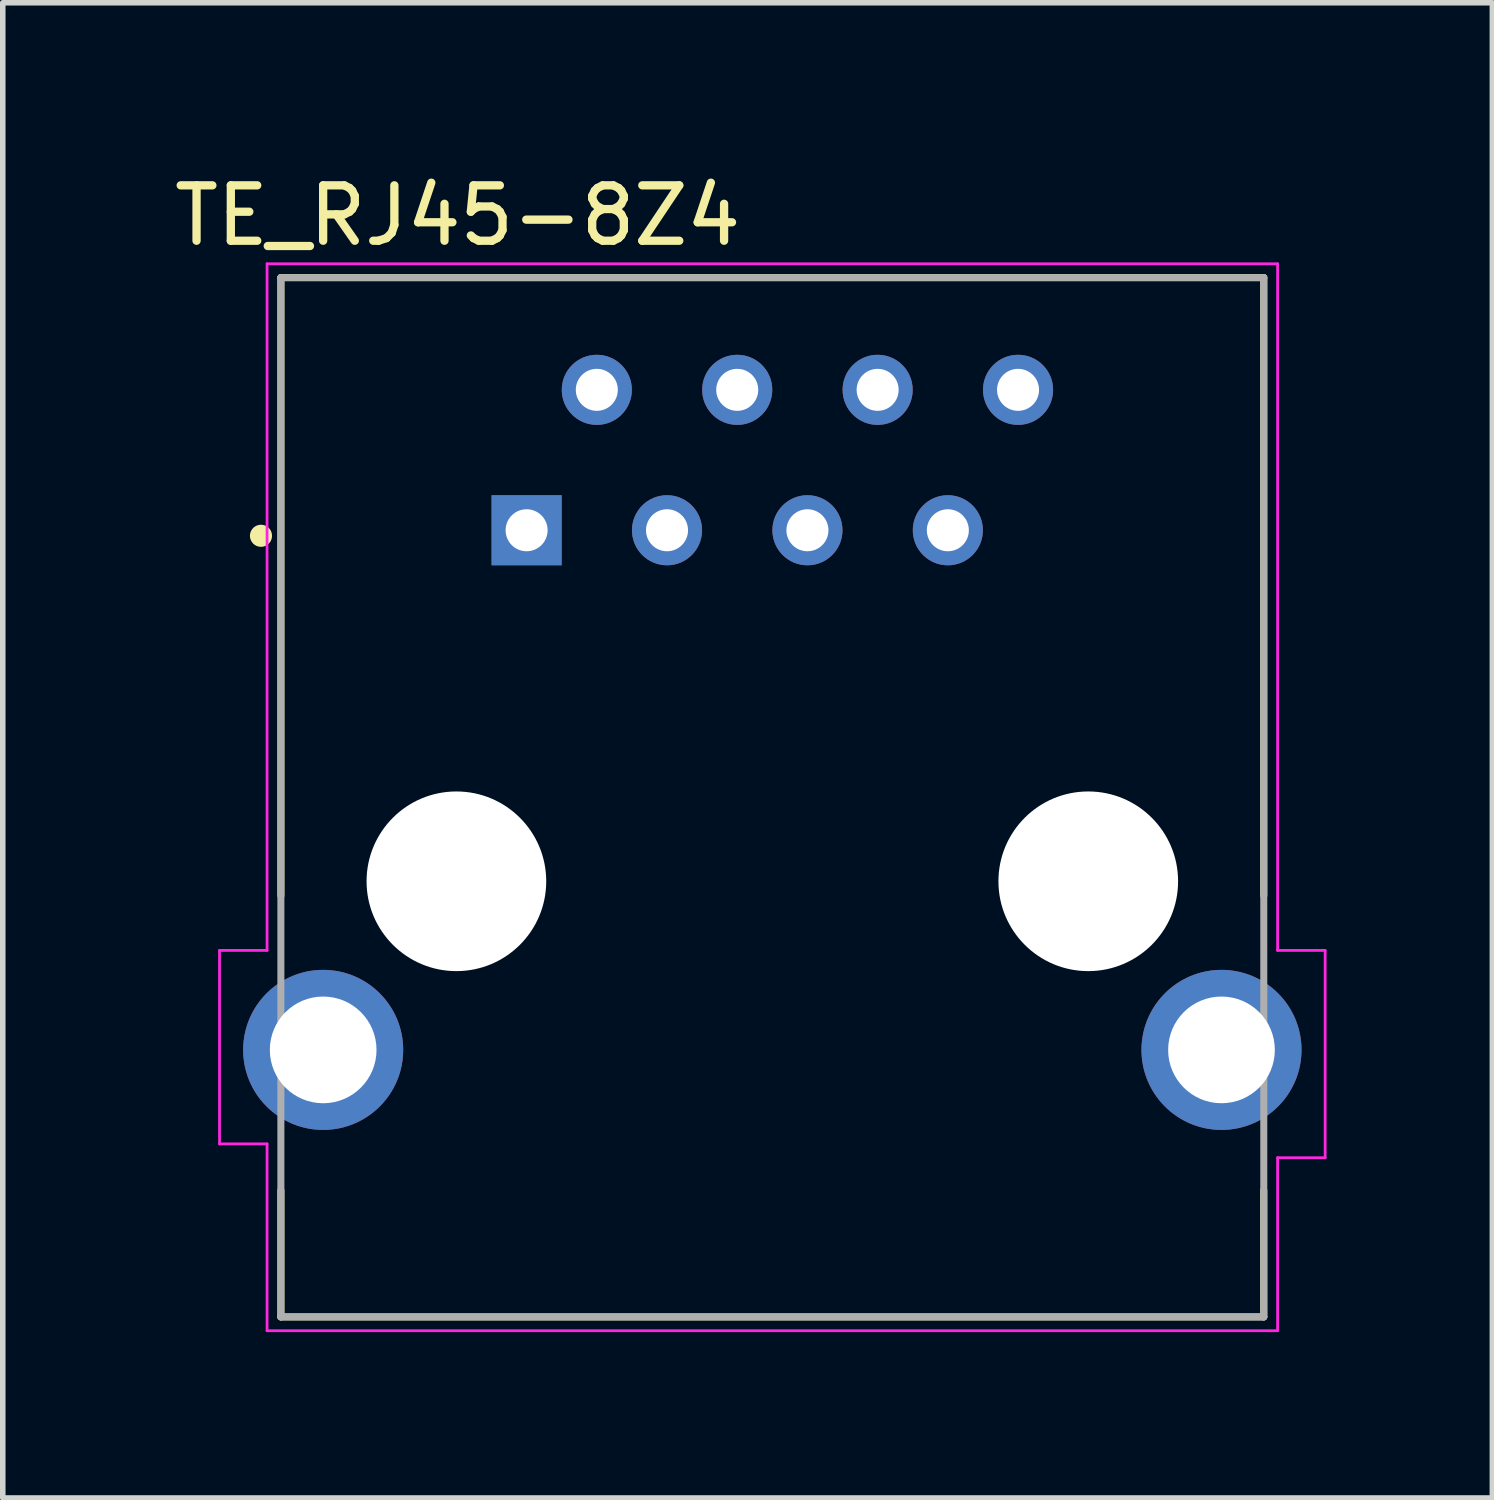
<source format=kicad_pcb>
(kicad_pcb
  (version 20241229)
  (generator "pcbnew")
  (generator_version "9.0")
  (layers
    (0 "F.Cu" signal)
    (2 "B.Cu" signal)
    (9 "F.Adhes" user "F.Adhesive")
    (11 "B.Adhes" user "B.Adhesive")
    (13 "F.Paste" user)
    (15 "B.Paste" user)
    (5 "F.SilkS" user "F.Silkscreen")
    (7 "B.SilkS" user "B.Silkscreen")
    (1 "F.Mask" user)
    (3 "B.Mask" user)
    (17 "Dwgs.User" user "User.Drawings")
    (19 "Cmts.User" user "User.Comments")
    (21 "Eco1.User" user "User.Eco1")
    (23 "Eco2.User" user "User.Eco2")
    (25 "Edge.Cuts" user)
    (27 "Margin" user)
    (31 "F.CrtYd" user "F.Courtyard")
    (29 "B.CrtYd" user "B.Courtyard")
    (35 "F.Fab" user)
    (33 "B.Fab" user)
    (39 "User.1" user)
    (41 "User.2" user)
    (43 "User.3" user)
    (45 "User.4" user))
  (footprint "TE_RJ45-8Z4"
    (layer "F.Cu")
    (at 10.921 12.892)
    (property "Reference" "TE_RJ45-8Z4" (at -5.692 -12.043 0) (layer "F.SilkS") (effects (font (size 1.002 1.002) (thickness 0.15))))
    (attr through_hole)
    (fp_line (start -8.89 -10.92) (end 8.89 -10.92) (stroke (width 0.127) (type solid)) (layer "F.SilkS"))
    (fp_line (start -8.89 0.26) (end -8.89 -10.92) (stroke (width 0.127) (type solid)) (layer "F.SilkS"))
    (fp_line (start -8.89 7.88) (end -8.89 5.59) (stroke (width 0.127) (type solid)) (layer "F.SilkS"))
    (fp_line (start 8.89 0.26) (end 8.89 -10.92) (stroke (width 0.127) (type solid)) (layer "F.SilkS"))
    (fp_line (start 8.89 7.88) (end -8.89 7.88) (stroke (width 0.127) (type solid)) (layer "F.SilkS"))
    (fp_line (start 8.89 7.88) (end 8.89 5.59) (stroke (width 0.127) (type solid)) (layer "F.SilkS"))
    (fp_circle (center -9.25 -6.25) (end -9.15 -6.25) (stroke (width 0.2) (type solid)) (fill no) (layer "F.SilkS"))
    (fp_line (start -10 1.25) (end -9.14 1.25) (stroke (width 0.05) (type solid)) (layer "F.CrtYd"))
    (fp_line (start -10 4.75) (end -10 1.25) (stroke (width 0.05) (type solid)) (layer "F.CrtYd"))
    (fp_line (start -9.14 -11.17) (end 9.14 -11.17) (stroke (width 0.05) (type solid)) (layer "F.CrtYd"))
    (fp_line (start -9.14 1.25) (end -9.14 -11.17) (stroke (width 0.05) (type solid)) (layer "F.CrtYd"))
    (fp_line (start -9.14 4.75) (end -10 4.75) (stroke (width 0.05) (type solid)) (layer "F.CrtYd"))
    (fp_line (start -9.14 8.13) (end -9.14 4.75) (stroke (width 0.05) (type solid)) (layer "F.CrtYd"))
    (fp_line (start 9.14 -11.17) (end 9.14 1.25) (stroke (width 0.05) (type solid)) (layer "F.CrtYd"))
    (fp_line (start 9.14 1.25) (end 10 1.25) (stroke (width 0.05) (type solid)) (layer "F.CrtYd"))
    (fp_line (start 9.14 5) (end 9.14 8.13) (stroke (width 0.05) (type solid)) (layer "F.CrtYd"))
    (fp_line (start 9.14 8.13) (end -9.14 8.13) (stroke (width 0.05) (type solid)) (layer "F.CrtYd"))
    (fp_line (start 10 1.25) (end 10 5) (stroke (width 0.05) (type solid)) (layer "F.CrtYd"))
    (fp_line (start 10 5) (end 9.14 5) (stroke (width 0.05) (type solid)) (layer "F.CrtYd"))
    (fp_line (start -8.89 -10.92) (end 8.89 -10.92) (stroke (width 0.127) (type solid)) (layer "F.Fab"))
    (fp_line (start -8.89 7.88) (end -8.89 -10.92) (stroke (width 0.127) (type solid)) (layer "F.Fab"))
    (fp_line (start 8.89 -10.92) (end 8.89 7.88) (stroke (width 0.127) (type solid)) (layer "F.Fab"))
    (fp_line (start 8.89 7.88) (end -8.89 7.88) (stroke (width 0.127) (type solid)) (layer "F.Fab"))
    (pad "" np_thru_hole circle (at -5.715 0) (size 3.25 3.25) (drill 3.25) (layers "*.Cu" "*.Mask"))
    (pad "" np_thru_hole circle (at 5.715 0) (size 3.25 3.25) (drill 3.25) (layers "*.Cu" "*.Mask"))
    (pad "1" thru_hole rect (at -4.445 -6.35) (size 1.268 1.268) (drill 0.76) (layers "*.Cu" "*.Mask"))
    (pad "2" thru_hole circle (at -3.175 -8.89) (size 1.268 1.268) (drill 0.76) (layers "*.Cu" "*.Mask"))
    (pad "3" thru_hole circle (at -1.905 -6.35) (size 1.268 1.268) (drill 0.76) (layers "*.Cu" "*.Mask"))
    (pad "4" thru_hole circle (at -0.635 -8.89) (size 1.268 1.268) (drill 0.76) (layers "*.Cu" "*.Mask"))
    (pad "5" thru_hole circle (at 0.635 -6.35) (size 1.268 1.268) (drill 0.76) (layers "*.Cu" "*.Mask"))
    (pad "6" thru_hole circle (at 1.905 -8.89) (size 1.268 1.268) (drill 0.76) (layers "*.Cu" "*.Mask"))
    (pad "7" thru_hole circle (at 3.175 -6.35) (size 1.268 1.268) (drill 0.76) (layers "*.Cu" "*.Mask"))
    (pad "8" thru_hole circle (at 4.445 -8.89) (size 1.268 1.268) (drill 0.76) (layers "*.Cu" "*.Mask"))
    (pad "9" thru_hole circle (at -8.125 3.05) (size 2.895 2.895) (drill 1.93) (layers "*.Cu" "*.Mask"))
    (pad "10" thru_hole circle (at 8.125 3.05) (size 2.895 2.895) (drill 1.93) (layers "*.Cu" "*.Mask")))
  (gr_rect
    (start -3 -3)
    (end 23.946 24.047)
    (stroke (width 0.1) (type default))
    (fill no)
    (layer "Edge.Cuts")))
</source>
